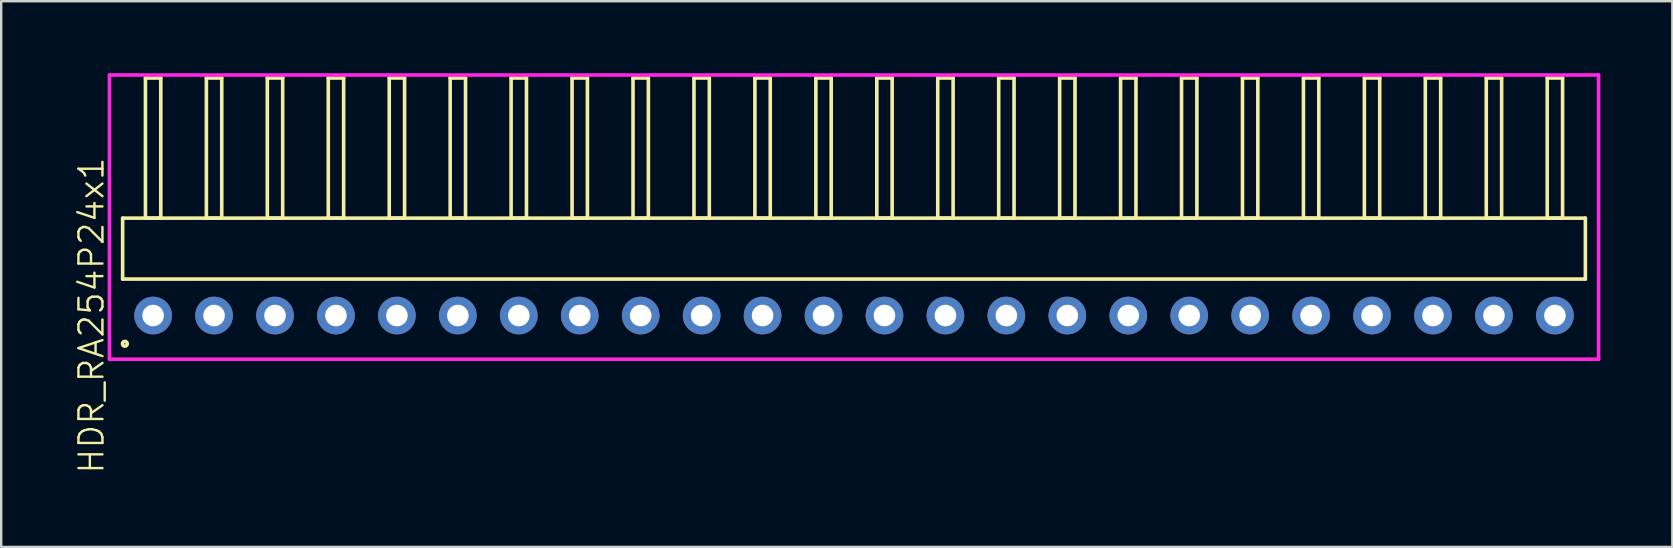
<source format=kicad_pcb>
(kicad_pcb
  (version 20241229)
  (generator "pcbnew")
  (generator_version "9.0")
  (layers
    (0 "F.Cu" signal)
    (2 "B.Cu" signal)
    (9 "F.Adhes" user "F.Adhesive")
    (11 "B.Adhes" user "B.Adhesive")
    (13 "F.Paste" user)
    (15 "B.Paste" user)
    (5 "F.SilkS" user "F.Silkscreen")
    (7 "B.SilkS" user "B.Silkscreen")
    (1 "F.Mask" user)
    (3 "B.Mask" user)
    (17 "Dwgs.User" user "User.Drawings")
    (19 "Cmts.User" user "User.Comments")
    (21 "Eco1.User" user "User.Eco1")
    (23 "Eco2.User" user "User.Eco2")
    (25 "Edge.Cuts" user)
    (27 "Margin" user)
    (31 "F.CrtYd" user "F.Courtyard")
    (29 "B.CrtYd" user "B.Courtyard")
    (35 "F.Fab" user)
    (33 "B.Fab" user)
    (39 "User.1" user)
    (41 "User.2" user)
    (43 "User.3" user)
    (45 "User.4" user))
  (footprint "HDR_RA254P24x1"
    (layer "F.Cu")
    (at 32.541 10.1)
    (property "Reference" "HDR_RA254P24x1" (at -31.78 0 90) (layer "F.SilkS") (effects (font (size 1 1) (thickness 0.1))))
    (attr through_hole)
    (fp_line (start -30.48 -4.06) (end -30.48 -1.52) (stroke (width 0.15) (type solid)) (layer "F.SilkS"))
    (fp_line (start -30.48 -1.52) (end 30.48 -1.52) (stroke (width 0.15) (type solid)) (layer "F.SilkS"))
    (fp_line (start -29.53 -9.9) (end -29.53 -4.06) (stroke (width 0.15) (type solid)) (layer "F.SilkS"))
    (fp_line (start -29.53 -4.06) (end -28.89 -4.06) (stroke (width 0.15) (type solid)) (layer "F.SilkS"))
    (fp_line (start -28.89 -9.9) (end -29.53 -9.9) (stroke (width 0.15) (type solid)) (layer "F.SilkS"))
    (fp_line (start -28.89 -4.06) (end -28.89 -9.9) (stroke (width 0.15) (type solid)) (layer "F.SilkS"))
    (fp_line (start -26.99 -9.9) (end -26.99 -4.06) (stroke (width 0.15) (type solid)) (layer "F.SilkS"))
    (fp_line (start -26.99 -4.06) (end -26.35 -4.06) (stroke (width 0.15) (type solid)) (layer "F.SilkS"))
    (fp_line (start -26.35 -9.9) (end -26.99 -9.9) (stroke (width 0.15) (type solid)) (layer "F.SilkS"))
    (fp_line (start -26.35 -4.06) (end -26.35 -9.9) (stroke (width 0.15) (type solid)) (layer "F.SilkS"))
    (fp_line (start -24.45 -9.9) (end -24.45 -4.06) (stroke (width 0.15) (type solid)) (layer "F.SilkS"))
    (fp_line (start -24.45 -4.06) (end -23.81 -4.06) (stroke (width 0.15) (type solid)) (layer "F.SilkS"))
    (fp_line (start -23.81 -9.9) (end -24.45 -9.9) (stroke (width 0.15) (type solid)) (layer "F.SilkS"))
    (fp_line (start -23.81 -4.06) (end -23.81 -9.9) (stroke (width 0.15) (type solid)) (layer "F.SilkS"))
    (fp_line (start -21.91 -9.9) (end -21.91 -4.06) (stroke (width 0.15) (type solid)) (layer "F.SilkS"))
    (fp_line (start -21.91 -4.06) (end -21.27 -4.06) (stroke (width 0.15) (type solid)) (layer "F.SilkS"))
    (fp_line (start -21.27 -9.9) (end -21.91 -9.9) (stroke (width 0.15) (type solid)) (layer "F.SilkS"))
    (fp_line (start -21.27 -4.06) (end -21.27 -9.9) (stroke (width 0.15) (type solid)) (layer "F.SilkS"))
    (fp_line (start -19.37 -9.9) (end -19.37 -4.06) (stroke (width 0.15) (type solid)) (layer "F.SilkS"))
    (fp_line (start -19.37 -4.06) (end -18.73 -4.06) (stroke (width 0.15) (type solid)) (layer "F.SilkS"))
    (fp_line (start -18.73 -9.9) (end -19.37 -9.9) (stroke (width 0.15) (type solid)) (layer "F.SilkS"))
    (fp_line (start -18.73 -4.06) (end -18.73 -9.9) (stroke (width 0.15) (type solid)) (layer "F.SilkS"))
    (fp_line (start -16.83 -9.9) (end -16.83 -4.06) (stroke (width 0.15) (type solid)) (layer "F.SilkS"))
    (fp_line (start -16.83 -4.06) (end -16.19 -4.06) (stroke (width 0.15) (type solid)) (layer "F.SilkS"))
    (fp_line (start -16.19 -9.9) (end -16.83 -9.9) (stroke (width 0.15) (type solid)) (layer "F.SilkS"))
    (fp_line (start -16.19 -4.06) (end -16.19 -9.9) (stroke (width 0.15) (type solid)) (layer "F.SilkS"))
    (fp_line (start -14.29 -9.9) (end -14.29 -4.06) (stroke (width 0.15) (type solid)) (layer "F.SilkS"))
    (fp_line (start -14.29 -4.06) (end -13.65 -4.06) (stroke (width 0.15) (type solid)) (layer "F.SilkS"))
    (fp_line (start -13.65 -9.9) (end -14.29 -9.9) (stroke (width 0.15) (type solid)) (layer "F.SilkS"))
    (fp_line (start -13.65 -4.06) (end -13.65 -9.9) (stroke (width 0.15) (type solid)) (layer "F.SilkS"))
    (fp_line (start -11.75 -9.9) (end -11.75 -4.06) (stroke (width 0.15) (type solid)) (layer "F.SilkS"))
    (fp_line (start -11.75 -4.06) (end -11.11 -4.06) (stroke (width 0.15) (type solid)) (layer "F.SilkS"))
    (fp_line (start -11.11 -9.9) (end -11.75 -9.9) (stroke (width 0.15) (type solid)) (layer "F.SilkS"))
    (fp_line (start -11.11 -4.06) (end -11.11 -9.9) (stroke (width 0.15) (type solid)) (layer "F.SilkS"))
    (fp_line (start -9.21 -9.9) (end -9.21 -4.06) (stroke (width 0.15) (type solid)) (layer "F.SilkS"))
    (fp_line (start -9.21 -4.06) (end -8.57 -4.06) (stroke (width 0.15) (type solid)) (layer "F.SilkS"))
    (fp_line (start -8.57 -9.9) (end -9.21 -9.9) (stroke (width 0.15) (type solid)) (layer "F.SilkS"))
    (fp_line (start -8.57 -4.06) (end -8.57 -9.9) (stroke (width 0.15) (type solid)) (layer "F.SilkS"))
    (fp_line (start -6.67 -9.9) (end -6.67 -4.06) (stroke (width 0.15) (type solid)) (layer "F.SilkS"))
    (fp_line (start -6.67 -4.06) (end -6.03 -4.06) (stroke (width 0.15) (type solid)) (layer "F.SilkS"))
    (fp_line (start -6.03 -9.9) (end -6.67 -9.9) (stroke (width 0.15) (type solid)) (layer "F.SilkS"))
    (fp_line (start -6.03 -4.06) (end -6.03 -9.9) (stroke (width 0.15) (type solid)) (layer "F.SilkS"))
    (fp_line (start -4.13 -9.9) (end -4.13 -4.06) (stroke (width 0.15) (type solid)) (layer "F.SilkS"))
    (fp_line (start -4.13 -4.06) (end -3.49 -4.06) (stroke (width 0.15) (type solid)) (layer "F.SilkS"))
    (fp_line (start -3.49 -9.9) (end -4.13 -9.9) (stroke (width 0.15) (type solid)) (layer "F.SilkS"))
    (fp_line (start -3.49 -4.06) (end -3.49 -9.9) (stroke (width 0.15) (type solid)) (layer "F.SilkS"))
    (fp_line (start -1.59 -9.9) (end -1.59 -4.06) (stroke (width 0.15) (type solid)) (layer "F.SilkS"))
    (fp_line (start -1.59 -4.06) (end -0.95 -4.06) (stroke (width 0.15) (type solid)) (layer "F.SilkS"))
    (fp_line (start -0.95 -9.9) (end -1.59 -9.9) (stroke (width 0.15) (type solid)) (layer "F.SilkS"))
    (fp_line (start -0.95 -4.06) (end -0.95 -9.9) (stroke (width 0.15) (type solid)) (layer "F.SilkS"))
    (fp_line (start 0.95 -9.9) (end 0.95 -4.06) (stroke (width 0.15) (type solid)) (layer "F.SilkS"))
    (fp_line (start 0.95 -4.06) (end 1.59 -4.06) (stroke (width 0.15) (type solid)) (layer "F.SilkS"))
    (fp_line (start 1.59 -9.9) (end 0.95 -9.9) (stroke (width 0.15) (type solid)) (layer "F.SilkS"))
    (fp_line (start 1.59 -4.06) (end 1.59 -9.9) (stroke (width 0.15) (type solid)) (layer "F.SilkS"))
    (fp_line (start 3.49 -9.9) (end 3.49 -4.06) (stroke (width 0.15) (type solid)) (layer "F.SilkS"))
    (fp_line (start 3.49 -4.06) (end 4.13 -4.06) (stroke (width 0.15) (type solid)) (layer "F.SilkS"))
    (fp_line (start 4.13 -9.9) (end 3.49 -9.9) (stroke (width 0.15) (type solid)) (layer "F.SilkS"))
    (fp_line (start 4.13 -4.06) (end 4.13 -9.9) (stroke (width 0.15) (type solid)) (layer "F.SilkS"))
    (fp_line (start 6.03 -9.9) (end 6.03 -4.06) (stroke (width 0.15) (type solid)) (layer "F.SilkS"))
    (fp_line (start 6.03 -4.06) (end 6.67 -4.06) (stroke (width 0.15) (type solid)) (layer "F.SilkS"))
    (fp_line (start 6.67 -9.9) (end 6.03 -9.9) (stroke (width 0.15) (type solid)) (layer "F.SilkS"))
    (fp_line (start 6.67 -4.06) (end 6.67 -9.9) (stroke (width 0.15) (type solid)) (layer "F.SilkS"))
    (fp_line (start 8.57 -9.9) (end 8.57 -4.06) (stroke (width 0.15) (type solid)) (layer "F.SilkS"))
    (fp_line (start 8.57 -4.06) (end 9.21 -4.06) (stroke (width 0.15) (type solid)) (layer "F.SilkS"))
    (fp_line (start 9.21 -9.9) (end 8.57 -9.9) (stroke (width 0.15) (type solid)) (layer "F.SilkS"))
    (fp_line (start 9.21 -4.06) (end 9.21 -9.9) (stroke (width 0.15) (type solid)) (layer "F.SilkS"))
    (fp_line (start 11.11 -9.9) (end 11.11 -4.06) (stroke (width 0.15) (type solid)) (layer "F.SilkS"))
    (fp_line (start 11.11 -4.06) (end 11.75 -4.06) (stroke (width 0.15) (type solid)) (layer "F.SilkS"))
    (fp_line (start 11.75 -9.9) (end 11.11 -9.9) (stroke (width 0.15) (type solid)) (layer "F.SilkS"))
    (fp_line (start 11.75 -4.06) (end 11.75 -9.9) (stroke (width 0.15) (type solid)) (layer "F.SilkS"))
    (fp_line (start 13.65 -9.9) (end 13.65 -4.06) (stroke (width 0.15) (type solid)) (layer "F.SilkS"))
    (fp_line (start 13.65 -4.06) (end 14.29 -4.06) (stroke (width 0.15) (type solid)) (layer "F.SilkS"))
    (fp_line (start 14.29 -9.9) (end 13.65 -9.9) (stroke (width 0.15) (type solid)) (layer "F.SilkS"))
    (fp_line (start 14.29 -4.06) (end 14.29 -9.9) (stroke (width 0.15) (type solid)) (layer "F.SilkS"))
    (fp_line (start 16.19 -9.9) (end 16.19 -4.06) (stroke (width 0.15) (type solid)) (layer "F.SilkS"))
    (fp_line (start 16.19 -4.06) (end 16.83 -4.06) (stroke (width 0.15) (type solid)) (layer "F.SilkS"))
    (fp_line (start 16.83 -9.9) (end 16.19 -9.9) (stroke (width 0.15) (type solid)) (layer "F.SilkS"))
    (fp_line (start 16.83 -4.06) (end 16.83 -9.9) (stroke (width 0.15) (type solid)) (layer "F.SilkS"))
    (fp_line (start 18.73 -9.9) (end 18.73 -4.06) (stroke (width 0.15) (type solid)) (layer "F.SilkS"))
    (fp_line (start 18.73 -4.06) (end 19.37 -4.06) (stroke (width 0.15) (type solid)) (layer "F.SilkS"))
    (fp_line (start 19.37 -9.9) (end 18.73 -9.9) (stroke (width 0.15) (type solid)) (layer "F.SilkS"))
    (fp_line (start 19.37 -4.06) (end 19.37 -9.9) (stroke (width 0.15) (type solid)) (layer "F.SilkS"))
    (fp_line (start 21.27 -9.9) (end 21.27 -4.06) (stroke (width 0.15) (type solid)) (layer "F.SilkS"))
    (fp_line (start 21.27 -4.06) (end 21.91 -4.06) (stroke (width 0.15) (type solid)) (layer "F.SilkS"))
    (fp_line (start 21.91 -9.9) (end 21.27 -9.9) (stroke (width 0.15) (type solid)) (layer "F.SilkS"))
    (fp_line (start 21.91 -4.06) (end 21.91 -9.9) (stroke (width 0.15) (type solid)) (layer "F.SilkS"))
    (fp_line (start 23.81 -9.9) (end 23.81 -4.06) (stroke (width 0.15) (type solid)) (layer "F.SilkS"))
    (fp_line (start 23.81 -4.06) (end 24.45 -4.06) (stroke (width 0.15) (type solid)) (layer "F.SilkS"))
    (fp_line (start 24.45 -9.9) (end 23.81 -9.9) (stroke (width 0.15) (type solid)) (layer "F.SilkS"))
    (fp_line (start 24.45 -4.06) (end 24.45 -9.9) (stroke (width 0.15) (type solid)) (layer "F.SilkS"))
    (fp_line (start 26.35 -9.9) (end 26.35 -4.06) (stroke (width 0.15) (type solid)) (layer "F.SilkS"))
    (fp_line (start 26.35 -4.06) (end 26.99 -4.06) (stroke (width 0.15) (type solid)) (layer "F.SilkS"))
    (fp_line (start 26.99 -9.9) (end 26.35 -9.9) (stroke (width 0.15) (type solid)) (layer "F.SilkS"))
    (fp_line (start 26.99 -4.06) (end 26.99 -9.9) (stroke (width 0.15) (type solid)) (layer "F.SilkS"))
    (fp_line (start 28.89 -9.9) (end 28.89 -4.06) (stroke (width 0.15) (type solid)) (layer "F.SilkS"))
    (fp_line (start 28.89 -4.06) (end 29.53 -4.06) (stroke (width 0.15) (type solid)) (layer "F.SilkS"))
    (fp_line (start 29.53 -9.9) (end 28.89 -9.9) (stroke (width 0.15) (type solid)) (layer "F.SilkS"))
    (fp_line (start 29.53 -4.06) (end 29.53 -9.9) (stroke (width 0.15) (type solid)) (layer "F.SilkS"))
    (fp_line (start 30.48 -4.06) (end -30.48 -4.06) (stroke (width 0.15) (type solid)) (layer "F.SilkS"))
    (fp_line (start 30.48 -1.52) (end 30.48 -4.06) (stroke (width 0.15) (type solid)) (layer "F.SilkS"))
    (fp_circle (center -30.387 1.177) (end -30.287 1.177) (stroke (width 0.15) (type solid)) (fill no) (layer "F.SilkS"))
    (fp_line (start -31.03 -10.025) (end -31.03 1.82) (stroke (width 0.15) (type solid)) (layer "F.CrtYd"))
    (fp_line (start -31.03 1.82) (end 31.03 1.82) (stroke (width 0.15) (type solid)) (layer "F.CrtYd"))
    (fp_line (start 31.03 -10.025) (end -31.03 -10.025) (stroke (width 0.15) (type solid)) (layer "F.CrtYd"))
    (fp_line (start 31.03 1.82) (end 31.03 -10.025) (stroke (width 0.15) (type solid)) (layer "F.CrtYd"))
    (pad "1" thru_hole oval (at -29.21 0) (size 1.57 1.57) (drill 0.9) (layers "*.Cu" "*.Mask"))
    (pad "2" thru_hole oval (at -26.67 0) (size 1.57 1.57) (drill 0.9) (layers "*.Cu" "*.Mask"))
    (pad "3" thru_hole oval (at -24.13 0) (size 1.57 1.57) (drill 0.9) (layers "*.Cu" "*.Mask"))
    (pad "4" thru_hole oval (at -21.59 0) (size 1.57 1.57) (drill 0.9) (layers "*.Cu" "*.Mask"))
    (pad "5" thru_hole oval (at -19.05 0) (size 1.57 1.57) (drill 0.9) (layers "*.Cu" "*.Mask"))
    (pad "6" thru_hole oval (at -16.51 0) (size 1.57 1.57) (drill 0.9) (layers "*.Cu" "*.Mask"))
    (pad "7" thru_hole oval (at -13.97 0) (size 1.57 1.57) (drill 0.9) (layers "*.Cu" "*.Mask"))
    (pad "8" thru_hole oval (at -11.43 0) (size 1.57 1.57) (drill 0.9) (layers "*.Cu" "*.Mask"))
    (pad "9" thru_hole oval (at -8.89 0) (size 1.57 1.57) (drill 0.9) (layers "*.Cu" "*.Mask"))
    (pad "10" thru_hole oval (at -6.35 0) (size 1.57 1.57) (drill 0.9) (layers "*.Cu" "*.Mask"))
    (pad "11" thru_hole oval (at -3.81 0) (size 1.57 1.57) (drill 0.9) (layers "*.Cu" "*.Mask"))
    (pad "12" thru_hole oval (at -1.27 0) (size 1.57 1.57) (drill 0.9) (layers "*.Cu" "*.Mask"))
    (pad "13" thru_hole oval (at 1.27 0) (size 1.57 1.57) (drill 0.9) (layers "*.Cu" "*.Mask"))
    (pad "14" thru_hole oval (at 3.81 0) (size 1.57 1.57) (drill 0.9) (layers "*.Cu" "*.Mask"))
    (pad "15" thru_hole oval (at 6.35 0) (size 1.57 1.57) (drill 0.9) (layers "*.Cu" "*.Mask"))
    (pad "16" thru_hole oval (at 8.89 0) (size 1.57 1.57) (drill 0.9) (layers "*.Cu" "*.Mask"))
    (pad "17" thru_hole oval (at 11.43 0) (size 1.57 1.57) (drill 0.9) (layers "*.Cu" "*.Mask"))
    (pad "18" thru_hole oval (at 13.97 0) (size 1.57 1.57) (drill 0.9) (layers "*.Cu" "*.Mask"))
    (pad "19" thru_hole oval (at 16.51 0) (size 1.57 1.57) (drill 0.9) (layers "*.Cu" "*.Mask"))
    (pad "20" thru_hole oval (at 19.05 0) (size 1.57 1.57) (drill 0.9) (layers "*.Cu" "*.Mask"))
    (pad "21" thru_hole oval (at 21.59 0) (size 1.57 1.57) (drill 0.9) (layers "*.Cu" "*.Mask"))
    (pad "22" thru_hole oval (at 24.13 0) (size 1.57 1.57) (drill 0.9) (layers "*.Cu" "*.Mask"))
    (pad "23" thru_hole oval (at 26.67 0) (size 1.57 1.57) (drill 0.9) (layers "*.Cu" "*.Mask"))
    (pad "24" thru_hole oval (at 29.21 0) (size 1.57 1.57) (drill 0.9) (layers "*.Cu" "*.Mask")))
  (gr_rect
    (start -3 -3)
    (end 66.645 19.745)
    (stroke (width 0.1) (type default))
    (fill no)
    (layer "Edge.Cuts")))
</source>
